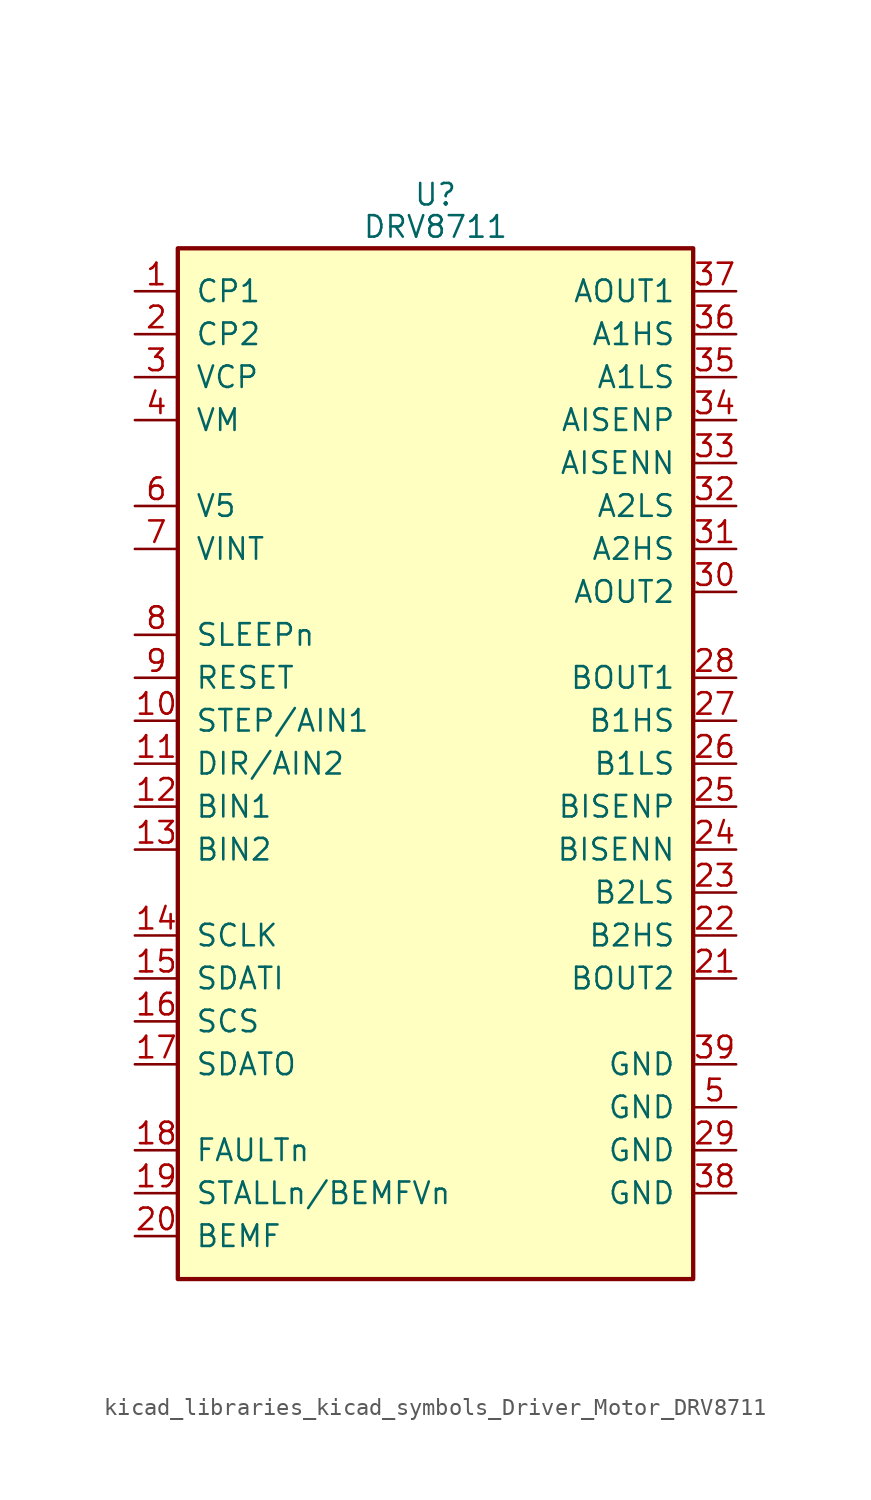
<source format=kicad_sym>
(kicad_symbol_lib
  (version 20220914)
  (generator kicad_symbol_editor)
  (symbol "kicad_libraries_kicad_symbols_Driver_Motor_DRV8711"
    (pin_names
      (offset 1.016))
    (property "Reference" "U"
      (at 0 33.655 0)
      (effects (font (size 1.27 1.27))))
    (property "Value" "DRV8711"
      (at 0 31.75 0)
      (effects (font (size 1.27 1.27))))
    (symbol "kicad_libraries_kicad_symbols_Driver_Motor_DRV8711_0_1"
      (rectangle (start -15.24 30.48) (end 15.24 -30.48) (stroke (width 0.254) (type default)) (fill (type background))))
    (symbol "kicad_libraries_kicad_symbols_Driver_Motor_DRV8711_1_1"
      (pin bidirectional line (at -17.78 27.94 0) (length 2.54) (name "CP1" (effects (font (size 1.27 1.27)))) (number "1" (effects (font (size 1.27 1.27)))))
      (pin input line (at -17.78 2.54 0) (length 2.54) (name "STEP/AIN1" (effects (font (size 1.27 1.27)))) (number "10" (effects (font (size 1.27 1.27)))))
      (pin input line (at -17.78 0 0) (length 2.54) (name "DIR/AIN2" (effects (font (size 1.27 1.27)))) (number "11" (effects (font (size 1.27 1.27)))))
      (pin input line (at -17.78 -2.54 0) (length 2.54) (name "BIN1" (effects (font (size 1.27 1.27)))) (number "12" (effects (font (size 1.27 1.27)))))
      (pin input line (at -17.78 -5.08 0) (length 2.54) (name "BIN2" (effects (font (size 1.27 1.27)))) (number "13" (effects (font (size 1.27 1.27)))))
      (pin input line (at -17.78 -10.16 0) (length 2.54) (name "SCLK" (effects (font (size 1.27 1.27)))) (number "14" (effects (font (size 1.27 1.27)))))
      (pin input line (at -17.78 -12.7 0) (length 2.54) (name "SDATI" (effects (font (size 1.27 1.27)))) (number "15" (effects (font (size 1.27 1.27)))))
      (pin input line (at -17.78 -15.24 0) (length 2.54) (name "SCS" (effects (font (size 1.27 1.27)))) (number "16" (effects (font (size 1.27 1.27)))))
      (pin output line (at -17.78 -17.78 0) (length 2.54) (name "SDATO" (effects (font (size 1.27 1.27)))) (number "17" (effects (font (size 1.27 1.27)))))
      (pin output line (at -17.78 -22.86 0) (length 2.54) (name "FAULTn" (effects (font (size 1.27 1.27)))) (number "18" (effects (font (size 1.27 1.27)))))
      (pin output line (at -17.78 -25.4 0) (length 2.54) (name "STALLn/BEMFVn" (effects (font (size 1.27 1.27)))) (number "19" (effects (font (size 1.27 1.27)))))
      (pin bidirectional line (at -17.78 25.4 0) (length 2.54) (name "CP2" (effects (font (size 1.27 1.27)))) (number "2" (effects (font (size 1.27 1.27)))))
      (pin output line (at -17.78 -27.94 0) (length 2.54) (name "BEMF" (effects (font (size 1.27 1.27)))) (number "20" (effects (font (size 1.27 1.27)))))
      (pin output line (at 17.78 -12.7 180) (length 2.54) (name "BOUT2" (effects (font (size 1.27 1.27)))) (number "21" (effects (font (size 1.27 1.27)))))
      (pin output line (at 17.78 -10.16 180) (length 2.54) (name "B2HS" (effects (font (size 1.27 1.27)))) (number "22" (effects (font (size 1.27 1.27)))))
      (pin output line (at 17.78 -7.62 180) (length 2.54) (name "B2LS" (effects (font (size 1.27 1.27)))) (number "23" (effects (font (size 1.27 1.27)))))
      (pin input line (at 17.78 -5.08 180) (length 2.54) (name "BISENN" (effects (font (size 1.27 1.27)))) (number "24" (effects (font (size 1.27 1.27)))))
      (pin input line (at 17.78 -2.54 180) (length 2.54) (name "BISENP" (effects (font (size 1.27 1.27)))) (number "25" (effects (font (size 1.27 1.27)))))
      (pin output line (at 17.78 0 180) (length 2.54) (name "B1LS" (effects (font (size 1.27 1.27)))) (number "26" (effects (font (size 1.27 1.27)))))
      (pin output line (at 17.78 2.54 180) (length 2.54) (name "B1HS" (effects (font (size 1.27 1.27)))) (number "27" (effects (font (size 1.27 1.27)))))
      (pin output line (at 17.78 5.08 180) (length 2.54) (name "BOUT1" (effects (font (size 1.27 1.27)))) (number "28" (effects (font (size 1.27 1.27)))))
      (pin power_in line (at 17.78 -22.86 180) (length 2.54) (name "GND" (effects (font (size 1.27 1.27)))) (number "29" (effects (font (size 1.27 1.27)))))
      (pin bidirectional line (at -17.78 22.86 0) (length 2.54) (name "VCP" (effects (font (size 1.27 1.27)))) (number "3" (effects (font (size 1.27 1.27)))))
      (pin output line (at 17.78 10.16 180) (length 2.54) (name "AOUT2" (effects (font (size 1.27 1.27)))) (number "30" (effects (font (size 1.27 1.27)))))
      (pin output line (at 17.78 12.7 180) (length 2.54) (name "A2HS" (effects (font (size 1.27 1.27)))) (number "31" (effects (font (size 1.27 1.27)))))
      (pin output line (at 17.78 15.24 180) (length 2.54) (name "A2LS" (effects (font (size 1.27 1.27)))) (number "32" (effects (font (size 1.27 1.27)))))
      (pin input line (at 17.78 17.78 180) (length 2.54) (name "AISENN" (effects (font (size 1.27 1.27)))) (number "33" (effects (font (size 1.27 1.27)))))
      (pin input line (at 17.78 20.32 180) (length 2.54) (name "AISENP" (effects (font (size 1.27 1.27)))) (number "34" (effects (font (size 1.27 1.27)))))
      (pin output line (at 17.78 22.86 180) (length 2.54) (name "A1LS" (effects (font (size 1.27 1.27)))) (number "35" (effects (font (size 1.27 1.27)))))
      (pin output line (at 17.78 25.4 180) (length 2.54) (name "A1HS" (effects (font (size 1.27 1.27)))) (number "36" (effects (font (size 1.27 1.27)))))
      (pin output line (at 17.78 27.94 180) (length 2.54) (name "AOUT1" (effects (font (size 1.27 1.27)))) (number "37" (effects (font (size 1.27 1.27)))))
      (pin power_in line (at 17.78 -25.4 180) (length 2.54) (name "GND" (effects (font (size 1.27 1.27)))) (number "38" (effects (font (size 1.27 1.27)))))
      (pin power_in line (at 17.78 -17.78 180) (length 2.54) (name "GND" (effects (font (size 1.27 1.27)))) (number "39" (effects (font (size 1.27 1.27)))))
      (pin power_in line (at -17.78 20.32 0) (length 2.54) (name "VM" (effects (font (size 1.27 1.27)))) (number "4" (effects (font (size 1.27 1.27)))))
      (pin power_in line (at 17.78 -20.32 180) (length 2.54) (name "GND" (effects (font (size 1.27 1.27)))) (number "5" (effects (font (size 1.27 1.27)))))
      (pin power_out line (at -17.78 15.24 0) (length 2.54) (name "V5" (effects (font (size 1.27 1.27)))) (number "6" (effects (font (size 1.27 1.27)))))
      (pin power_in line (at -17.78 12.7 0) (length 2.54) (name "VINT" (effects (font (size 1.27 1.27)))) (number "7" (effects (font (size 1.27 1.27)))))
      (pin input line (at -17.78 7.62 0) (length 2.54) (name "SLEEPn" (effects (font (size 1.27 1.27)))) (number "8" (effects (font (size 1.27 1.27)))))
      (pin input line (at -17.78 5.08 0) (length 2.54) (name "RESET" (effects (font (size 1.27 1.27)))) (number "9" (effects (font (size 1.27 1.27))))))))
</source>
